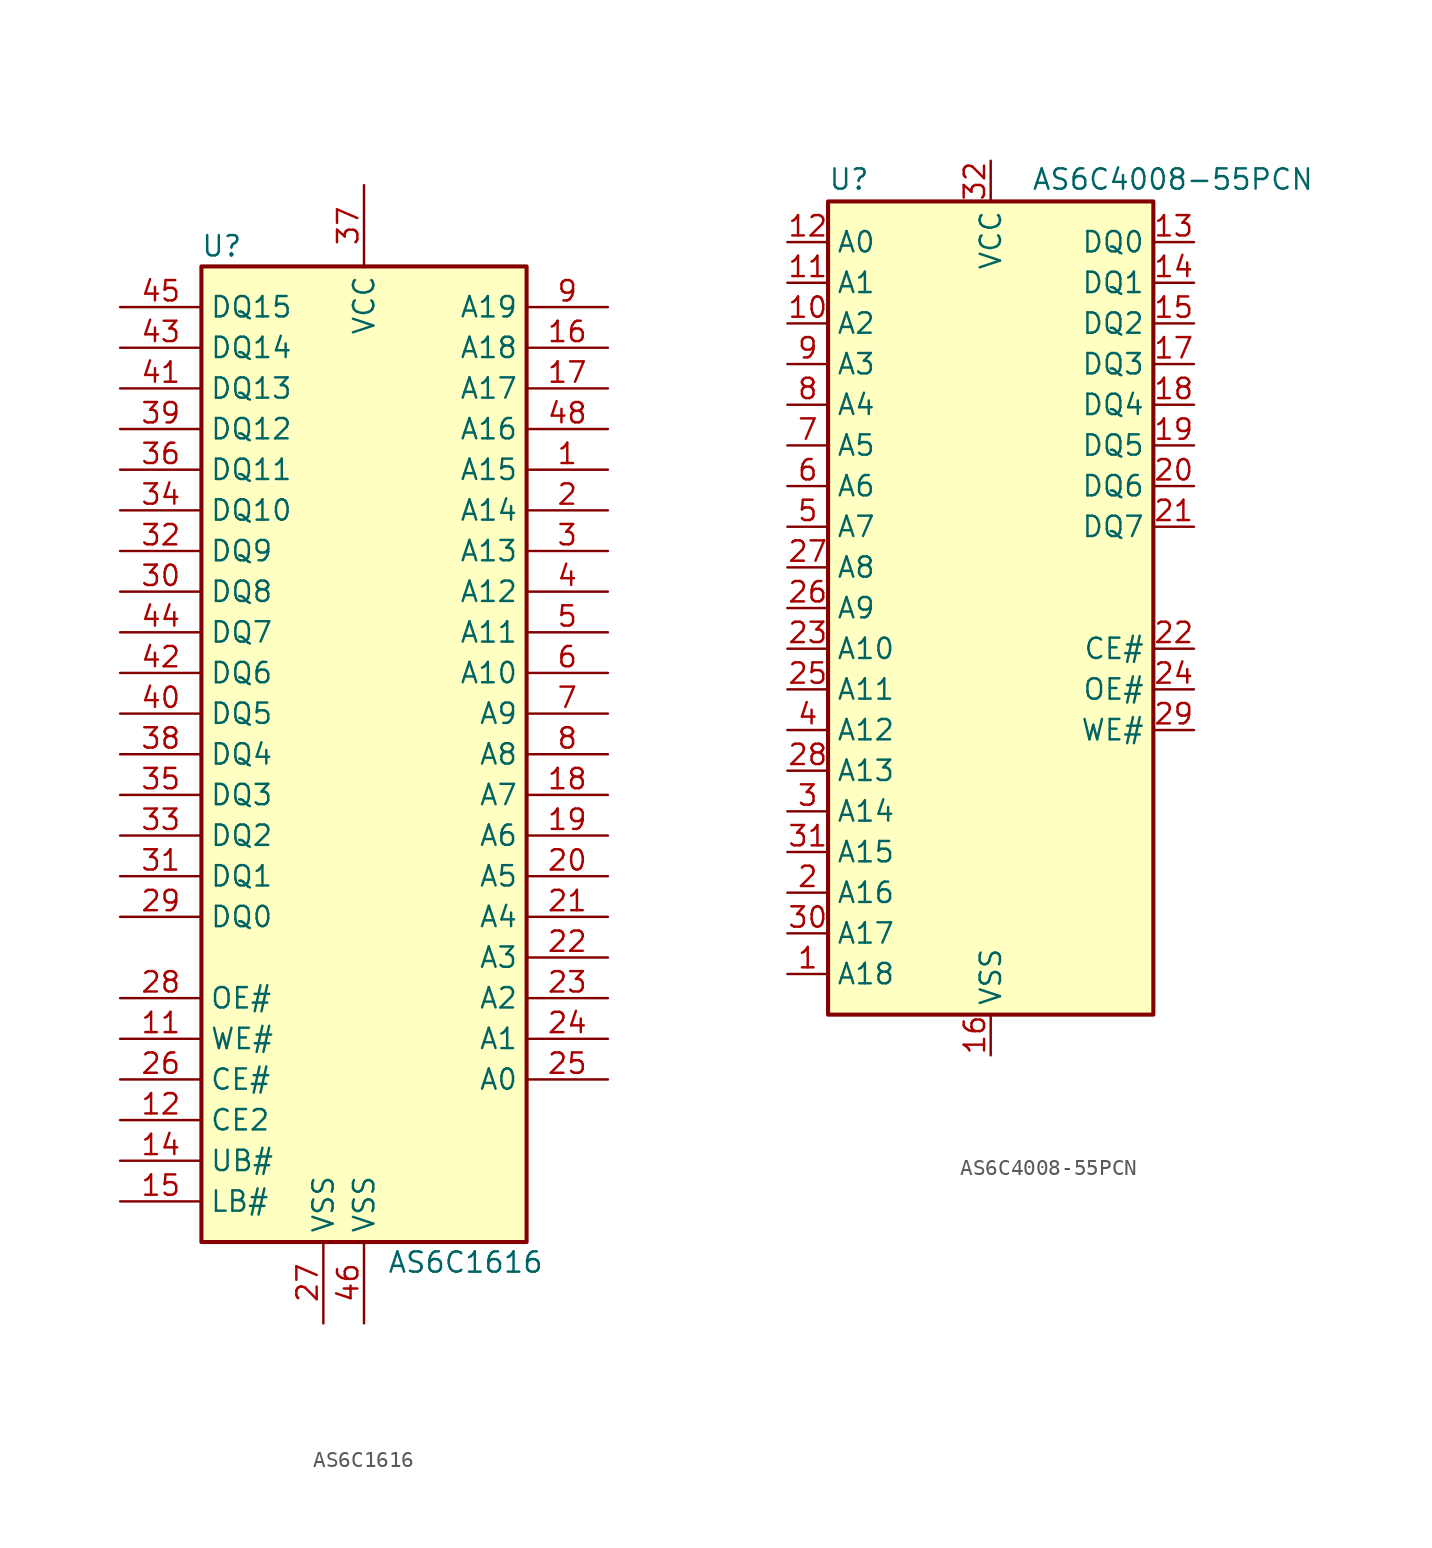
<source format=kicad_sym>
(kicad_symbol_lib
  (version 20220914)
  (generator kicad_symbol_editor)
  (symbol "AS6C1616"
    (property "Reference" "U"
      (at -8.89 31.75 0)
      (effects (font (size 1.27 1.27))))
    (property "Value" "AS6C1616"
      (at 6.35 -31.75 0)
      (effects (font (size 1.27 1.27))))
    (symbol "AS6C1616_0_1"
      (rectangle (start -10.16 30.48) (end 10.16 -30.48) (stroke (width 0.254) (type solid)) (fill (type background))))
    (symbol "AS6C1616_1_1"
      (pin input line (at 15.24 17.78 180) (length 5.08) (name "A15" (effects (font (size 1.27 1.27)))) (number "1" (effects (font (size 1.27 1.27)))))
      (pin no_connect line (at 10.16 -22.86 180) (length 0) hide (name "NC" (effects (font (size 1.27 1.27)))) (number "10" (effects (font (size 1.27 1.27)))))
      (pin input line (at -15.24 -17.78 0) (length 5.08) (name "WE#" (effects (font (size 1.27 1.27)))) (number "11" (effects (font (size 1.27 1.27)))))
      (pin input line (at -15.24 -22.86 0) (length 5.08) (name "CE2" (effects (font (size 1.27 1.27)))) (number "12" (effects (font (size 1.27 1.27)))))
      (pin no_connect line (at 10.16 -25.4 180) (length 0) hide (name "NC" (effects (font (size 1.27 1.27)))) (number "13" (effects (font (size 1.27 1.27)))))
      (pin input line (at -15.24 -25.4 0) (length 5.08) (name "UB#" (effects (font (size 1.27 1.27)))) (number "14" (effects (font (size 1.27 1.27)))))
      (pin input line (at -15.24 -27.94 0) (length 5.08) (name "LB#" (effects (font (size 1.27 1.27)))) (number "15" (effects (font (size 1.27 1.27)))))
      (pin input line (at 15.24 25.4 180) (length 5.08) (name "A18" (effects (font (size 1.27 1.27)))) (number "16" (effects (font (size 1.27 1.27)))))
      (pin input line (at 15.24 22.86 180) (length 5.08) (name "A17" (effects (font (size 1.27 1.27)))) (number "17" (effects (font (size 1.27 1.27)))))
      (pin input line (at 15.24 -2.54 180) (length 5.08) (name "A7" (effects (font (size 1.27 1.27)))) (number "18" (effects (font (size 1.27 1.27)))))
      (pin input line (at 15.24 -5.08 180) (length 5.08) (name "A6" (effects (font (size 1.27 1.27)))) (number "19" (effects (font (size 1.27 1.27)))))
      (pin input line (at 15.24 15.24 180) (length 5.08) (name "A14" (effects (font (size 1.27 1.27)))) (number "2" (effects (font (size 1.27 1.27)))))
      (pin input line (at 15.24 -7.62 180) (length 5.08) (name "A5" (effects (font (size 1.27 1.27)))) (number "20" (effects (font (size 1.27 1.27)))))
      (pin input line (at 15.24 -10.16 180) (length 5.08) (name "A4" (effects (font (size 1.27 1.27)))) (number "21" (effects (font (size 1.27 1.27)))))
      (pin input line (at 15.24 -12.7 180) (length 5.08) (name "A3" (effects (font (size 1.27 1.27)))) (number "22" (effects (font (size 1.27 1.27)))))
      (pin input line (at 15.24 -15.24 180) (length 5.08) (name "A2" (effects (font (size 1.27 1.27)))) (number "23" (effects (font (size 1.27 1.27)))))
      (pin input line (at 15.24 -17.78 180) (length 5.08) (name "A1" (effects (font (size 1.27 1.27)))) (number "24" (effects (font (size 1.27 1.27)))))
      (pin input line (at 15.24 -20.32 180) (length 5.08) (name "A0" (effects (font (size 1.27 1.27)))) (number "25" (effects (font (size 1.27 1.27)))))
      (pin input line (at -15.24 -20.32 0) (length 5.08) (name "CE#" (effects (font (size 1.27 1.27)))) (number "26" (effects (font (size 1.27 1.27)))))
      (pin power_in line (at -2.54 -35.56 90) (length 5.08) (name "VSS" (effects (font (size 1.27 1.27)))) (number "27" (effects (font (size 1.27 1.27)))))
      (pin input line (at -15.24 -15.24 0) (length 5.08) (name "OE#" (effects (font (size 1.27 1.27)))) (number "28" (effects (font (size 1.27 1.27)))))
      (pin bidirectional line (at -15.24 -10.16 0) (length 5.08) (name "DQ0" (effects (font (size 1.27 1.27)))) (number "29" (effects (font (size 1.27 1.27)))))
      (pin input line (at 15.24 12.7 180) (length 5.08) (name "A13" (effects (font (size 1.27 1.27)))) (number "3" (effects (font (size 1.27 1.27)))))
      (pin bidirectional line (at -15.24 10.16 0) (length 5.08) (name "DQ8" (effects (font (size 1.27 1.27)))) (number "30" (effects (font (size 1.27 1.27)))))
      (pin bidirectional line (at -15.24 -7.62 0) (length 5.08) (name "DQ1" (effects (font (size 1.27 1.27)))) (number "31" (effects (font (size 1.27 1.27)))))
      (pin bidirectional line (at -15.24 12.7 0) (length 5.08) (name "DQ9" (effects (font (size 1.27 1.27)))) (number "32" (effects (font (size 1.27 1.27)))))
      (pin bidirectional line (at -15.24 -5.08 0) (length 5.08) (name "DQ2" (effects (font (size 1.27 1.27)))) (number "33" (effects (font (size 1.27 1.27)))))
      (pin bidirectional line (at -15.24 15.24 0) (length 5.08) (name "DQ10" (effects (font (size 1.27 1.27)))) (number "34" (effects (font (size 1.27 1.27)))))
      (pin bidirectional line (at -15.24 -2.54 0) (length 5.08) (name "DQ3" (effects (font (size 1.27 1.27)))) (number "35" (effects (font (size 1.27 1.27)))))
      (pin bidirectional line (at -15.24 17.78 0) (length 5.08) (name "DQ11" (effects (font (size 1.27 1.27)))) (number "36" (effects (font (size 1.27 1.27)))))
      (pin power_in line (at 0 35.56 270) (length 5.08) (name "VCC" (effects (font (size 1.27 1.27)))) (number "37" (effects (font (size 1.27 1.27)))))
      (pin bidirectional line (at -15.24 0 0) (length 5.08) (name "DQ4" (effects (font (size 1.27 1.27)))) (number "38" (effects (font (size 1.27 1.27)))))
      (pin bidirectional line (at -15.24 20.32 0) (length 5.08) (name "DQ12" (effects (font (size 1.27 1.27)))) (number "39" (effects (font (size 1.27 1.27)))))
      (pin input line (at 15.24 10.16 180) (length 5.08) (name "A12" (effects (font (size 1.27 1.27)))) (number "4" (effects (font (size 1.27 1.27)))))
      (pin bidirectional line (at -15.24 2.54 0) (length 5.08) (name "DQ5" (effects (font (size 1.27 1.27)))) (number "40" (effects (font (size 1.27 1.27)))))
      (pin bidirectional line (at -15.24 22.86 0) (length 5.08) (name "DQ13" (effects (font (size 1.27 1.27)))) (number "41" (effects (font (size 1.27 1.27)))))
      (pin bidirectional line (at -15.24 5.08 0) (length 5.08) (name "DQ6" (effects (font (size 1.27 1.27)))) (number "42" (effects (font (size 1.27 1.27)))))
      (pin bidirectional line (at -15.24 25.4 0) (length 5.08) (name "DQ14" (effects (font (size 1.27 1.27)))) (number "43" (effects (font (size 1.27 1.27)))))
      (pin bidirectional line (at -15.24 7.62 0) (length 5.08) (name "DQ7" (effects (font (size 1.27 1.27)))) (number "44" (effects (font (size 1.27 1.27)))))
      (pin input line (at -15.24 27.94 0) (length 5.08) (name "DQ15" (effects (font (size 1.27 1.27)))) (number "45" (effects (font (size 1.27 1.27)))))
      (pin power_in line (at 0 -35.56 90) (length 5.08) (name "VSS" (effects (font (size 1.27 1.27)))) (number "46" (effects (font (size 1.27 1.27)))))
      (pin no_connect line (at 10.16 -27.94 180) (length 0) hide (name "NC" (effects (font (size 1.27 1.27)))) (number "47" (effects (font (size 1.27 1.27)))))
      (pin input line (at 15.24 20.32 180) (length 5.08) (name "A16" (effects (font (size 1.27 1.27)))) (number "48" (effects (font (size 1.27 1.27)))))
      (pin input line (at 15.24 7.62 180) (length 5.08) (name "A11" (effects (font (size 1.27 1.27)))) (number "5" (effects (font (size 1.27 1.27)))))
      (pin input line (at 15.24 5.08 180) (length 5.08) (name "A10" (effects (font (size 1.27 1.27)))) (number "6" (effects (font (size 1.27 1.27)))))
      (pin input line (at 15.24 2.54 180) (length 5.08) (name "A9" (effects (font (size 1.27 1.27)))) (number "7" (effects (font (size 1.27 1.27)))))
      (pin input line (at 15.24 0 180) (length 5.08) (name "A8" (effects (font (size 1.27 1.27)))) (number "8" (effects (font (size 1.27 1.27)))))
      (pin input line (at 15.24 27.94 180) (length 5.08) (name "A19" (effects (font (size 1.27 1.27)))) (number "9" (effects (font (size 1.27 1.27)))))))
  (symbol "AS6C4008-55PCN"
    (property "Reference" "U"
      (at -10.16 26.035 0)
      (effects (font (size 1.27 1.27)) (justify left bottom)))
    (property "Value" "AS6C4008-55PCN"
      (at 2.54 26.035 0)
      (effects (font (size 1.27 1.27)) (justify left bottom)))
    (symbol "AS6C4008-55PCN_0_0"
      (pin power_in line (at 0 -27.94 90) (length 2.54) (name "VSS" (effects (font (size 1.27 1.27)))) (number "16" (effects (font (size 1.27 1.27)))))
      (pin power_in line (at 0 27.94 270) (length 2.54) (name "VCC" (effects (font (size 1.27 1.27)))) (number "32" (effects (font (size 1.27 1.27))))))
    (symbol "AS6C4008-55PCN_0_1"
      (rectangle (start -10.16 25.4) (end 10.16 -25.4) (stroke (width 0.254) (type solid)) (fill (type background))))
    (symbol "AS6C4008-55PCN_1_1"
      (pin input line (at -12.7 -22.86 0) (length 2.54) (name "A18" (effects (font (size 1.27 1.27)))) (number "1" (effects (font (size 1.27 1.27)))))
      (pin input line (at -12.7 17.78 0) (length 2.54) (name "A2" (effects (font (size 1.27 1.27)))) (number "10" (effects (font (size 1.27 1.27)))))
      (pin input line (at -12.7 20.32 0) (length 2.54) (name "A1" (effects (font (size 1.27 1.27)))) (number "11" (effects (font (size 1.27 1.27)))))
      (pin input line (at -12.7 22.86 0) (length 2.54) (name "A0" (effects (font (size 1.27 1.27)))) (number "12" (effects (font (size 1.27 1.27)))))
      (pin tri_state line (at 12.7 22.86 180) (length 2.54) (name "DQ0" (effects (font (size 1.27 1.27)))) (number "13" (effects (font (size 1.27 1.27)))))
      (pin tri_state line (at 12.7 20.32 180) (length 2.54) (name "DQ1" (effects (font (size 1.27 1.27)))) (number "14" (effects (font (size 1.27 1.27)))))
      (pin tri_state line (at 12.7 17.78 180) (length 2.54) (name "DQ2" (effects (font (size 1.27 1.27)))) (number "15" (effects (font (size 1.27 1.27)))))
      (pin tri_state line (at 12.7 15.24 180) (length 2.54) (name "DQ3" (effects (font (size 1.27 1.27)))) (number "17" (effects (font (size 1.27 1.27)))))
      (pin tri_state line (at 12.7 12.7 180) (length 2.54) (name "DQ4" (effects (font (size 1.27 1.27)))) (number "18" (effects (font (size 1.27 1.27)))))
      (pin tri_state line (at 12.7 10.16 180) (length 2.54) (name "DQ5" (effects (font (size 1.27 1.27)))) (number "19" (effects (font (size 1.27 1.27)))))
      (pin input line (at -12.7 -17.78 0) (length 2.54) (name "A16" (effects (font (size 1.27 1.27)))) (number "2" (effects (font (size 1.27 1.27)))))
      (pin tri_state line (at 12.7 7.62 180) (length 2.54) (name "DQ6" (effects (font (size 1.27 1.27)))) (number "20" (effects (font (size 1.27 1.27)))))
      (pin tri_state line (at 12.7 5.08 180) (length 2.54) (name "DQ7" (effects (font (size 1.27 1.27)))) (number "21" (effects (font (size 1.27 1.27)))))
      (pin input line (at 12.7 -2.54 180) (length 2.54) (name "CE#" (effects (font (size 1.27 1.27)))) (number "22" (effects (font (size 1.27 1.27)))))
      (pin input line (at -12.7 -2.54 0) (length 2.54) (name "A10" (effects (font (size 1.27 1.27)))) (number "23" (effects (font (size 1.27 1.27)))))
      (pin input line (at 12.7 -5.08 180) (length 2.54) (name "OE#" (effects (font (size 1.27 1.27)))) (number "24" (effects (font (size 1.27 1.27)))))
      (pin input line (at -12.7 -5.08 0) (length 2.54) (name "A11" (effects (font (size 1.27 1.27)))) (number "25" (effects (font (size 1.27 1.27)))))
      (pin input line (at -12.7 0 0) (length 2.54) (name "A9" (effects (font (size 1.27 1.27)))) (number "26" (effects (font (size 1.27 1.27)))))
      (pin input line (at -12.7 2.54 0) (length 2.54) (name "A8" (effects (font (size 1.27 1.27)))) (number "27" (effects (font (size 1.27 1.27)))))
      (pin input line (at -12.7 -10.16 0) (length 2.54) (name "A13" (effects (font (size 1.27 1.27)))) (number "28" (effects (font (size 1.27 1.27)))))
      (pin input line (at 12.7 -7.62 180) (length 2.54) (name "WE#" (effects (font (size 1.27 1.27)))) (number "29" (effects (font (size 1.27 1.27)))))
      (pin input line (at -12.7 -12.7 0) (length 2.54) (name "A14" (effects (font (size 1.27 1.27)))) (number "3" (effects (font (size 1.27 1.27)))))
      (pin input line (at -12.7 -20.32 0) (length 2.54) (name "A17" (effects (font (size 1.27 1.27)))) (number "30" (effects (font (size 1.27 1.27)))))
      (pin input line (at -12.7 -15.24 0) (length 2.54) (name "A15" (effects (font (size 1.27 1.27)))) (number "31" (effects (font (size 1.27 1.27)))))
      (pin input line (at -12.7 -7.62 0) (length 2.54) (name "A12" (effects (font (size 1.27 1.27)))) (number "4" (effects (font (size 1.27 1.27)))))
      (pin input line (at -12.7 5.08 0) (length 2.54) (name "A7" (effects (font (size 1.27 1.27)))) (number "5" (effects (font (size 1.27 1.27)))))
      (pin input line (at -12.7 7.62 0) (length 2.54) (name "A6" (effects (font (size 1.27 1.27)))) (number "6" (effects (font (size 1.27 1.27)))))
      (pin input line (at -12.7 10.16 0) (length 2.54) (name "A5" (effects (font (size 1.27 1.27)))) (number "7" (effects (font (size 1.27 1.27)))))
      (pin input line (at -12.7 12.7 0) (length 2.54) (name "A4" (effects (font (size 1.27 1.27)))) (number "8" (effects (font (size 1.27 1.27)))))
      (pin input line (at -12.7 15.24 0) (length 2.54) (name "A3" (effects (font (size 1.27 1.27)))) (number "9" (effects (font (size 1.27 1.27))))))))
</source>
